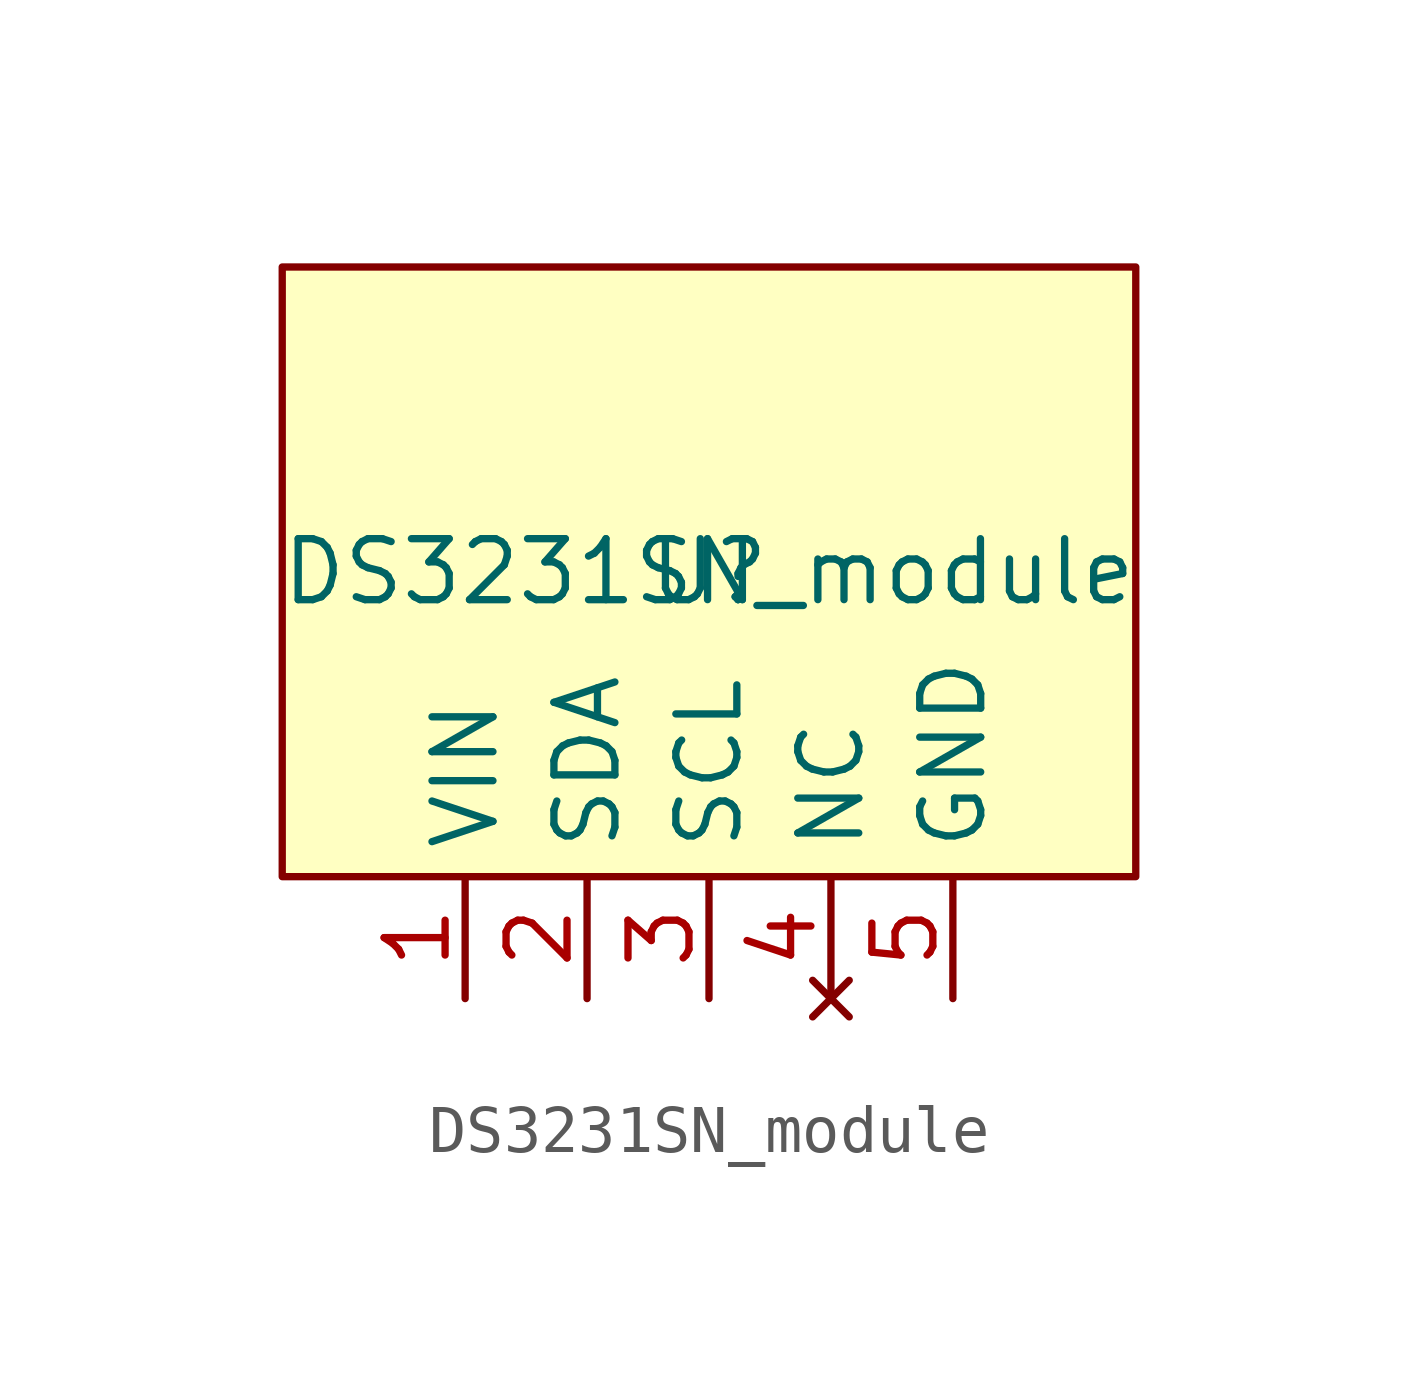
<source format=kicad_sym>
(kicad_symbol_lib
  (version 20231120)
  (generator "kicad_symbol_editor")
  (generator_version "8.0")
  (symbol "DS3231SN_module"
    (property "Reference" "U"
      (at 0 0 0)
      (effects (font (size 1.27 1.27))))
    (property "Value" "DS3231SN_module"
      (at 0 0 0)
      (effects (font (size 1.27 1.27))))
    (symbol "DS3231SN_module_1_1"
      (rectangle (start -8.89 6.35) (end 8.89 -6.35) (stroke (width 0) (type default)) (fill (type background)))
      (pin power_in line (at -5.08 -8.89 90) (length 2.54) (name "VIN" (effects (font (size 1.27 1.27)))) (number "1" (effects (font (size 1.27 1.27)))))
      (pin output line (at -2.54 -8.89 90) (length 2.54) (name "SDA" (effects (font (size 1.27 1.27)))) (number "2" (effects (font (size 1.27 1.27)))))
      (pin output line (at 0 -8.89 90) (length 2.54) (name "SCL" (effects (font (size 1.27 1.27)))) (number "3" (effects (font (size 1.27 1.27)))))
      (pin no_connect line (at 2.54 -8.89 90) (length 2.54) (name "NC" (effects (font (size 1.27 1.27)))) (number "4" (effects (font (size 1.27 1.27)))))
      (pin power_in line (at 5.08 -8.89 90) (length 2.54) (name "GND" (effects (font (size 1.27 1.27)))) (number "5" (effects (font (size 1.27 1.27))))))))
</source>
